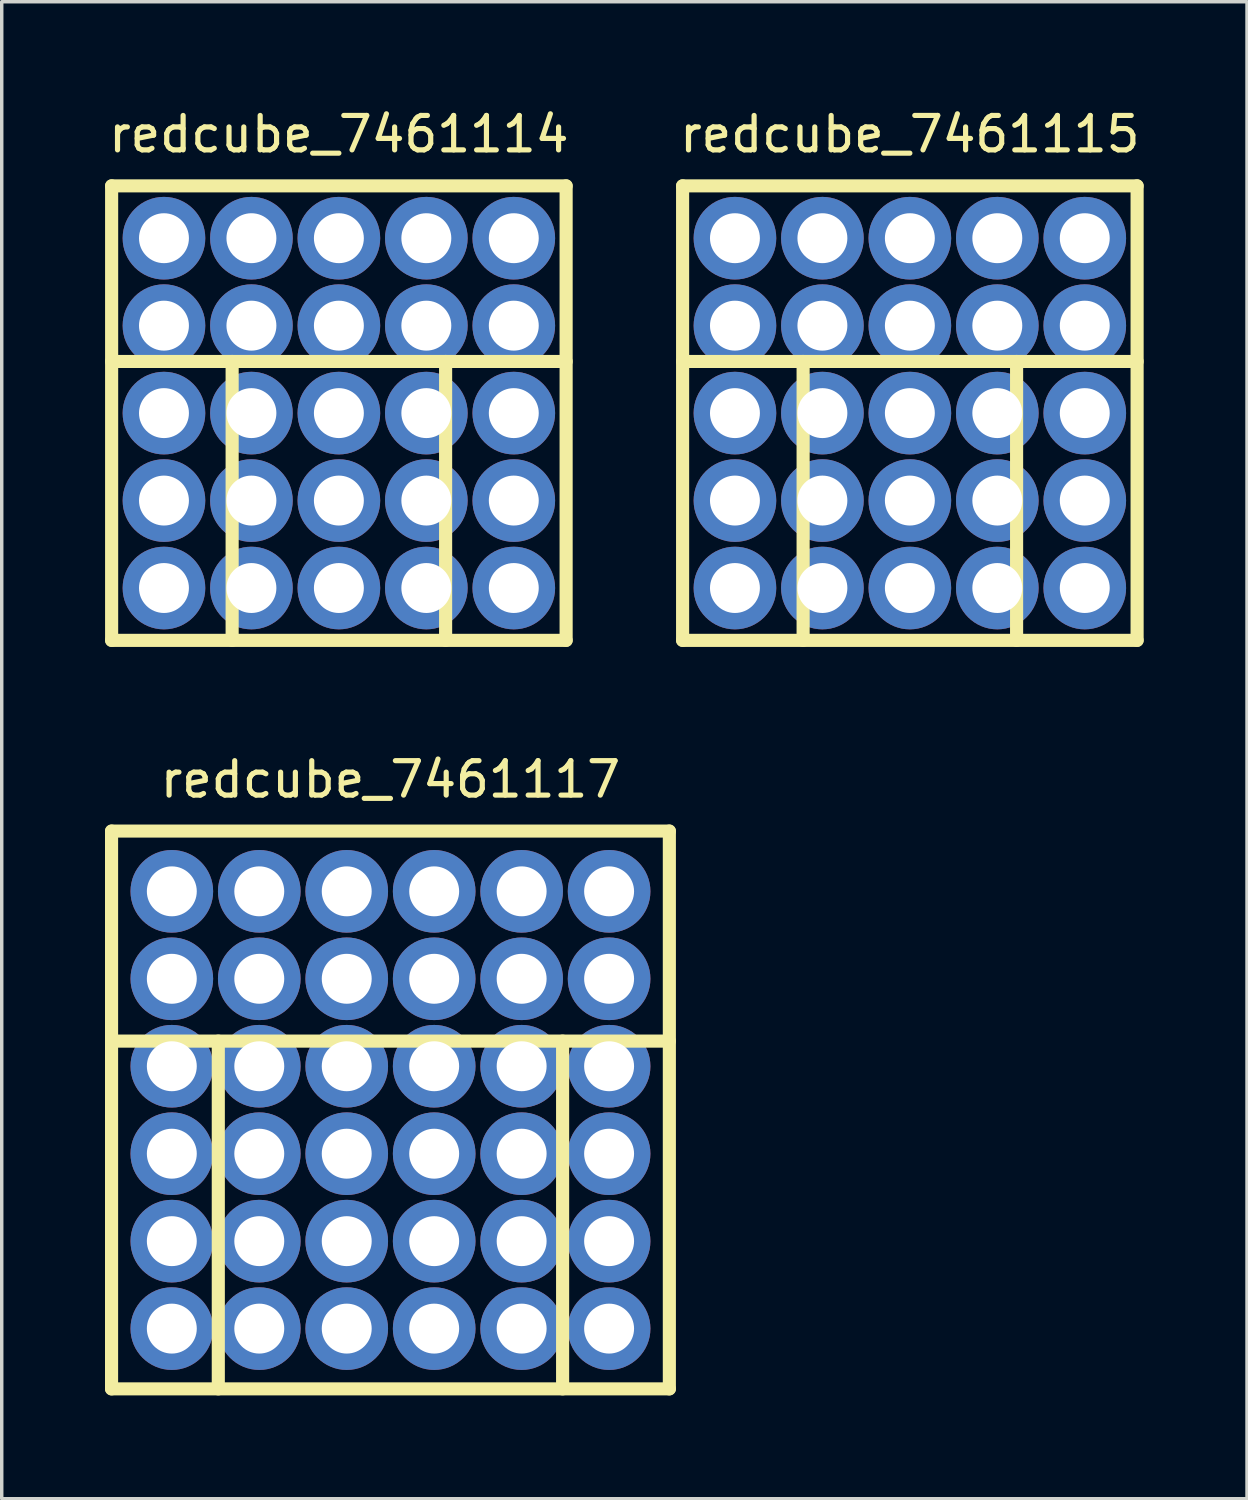
<source format=kicad_pcb>
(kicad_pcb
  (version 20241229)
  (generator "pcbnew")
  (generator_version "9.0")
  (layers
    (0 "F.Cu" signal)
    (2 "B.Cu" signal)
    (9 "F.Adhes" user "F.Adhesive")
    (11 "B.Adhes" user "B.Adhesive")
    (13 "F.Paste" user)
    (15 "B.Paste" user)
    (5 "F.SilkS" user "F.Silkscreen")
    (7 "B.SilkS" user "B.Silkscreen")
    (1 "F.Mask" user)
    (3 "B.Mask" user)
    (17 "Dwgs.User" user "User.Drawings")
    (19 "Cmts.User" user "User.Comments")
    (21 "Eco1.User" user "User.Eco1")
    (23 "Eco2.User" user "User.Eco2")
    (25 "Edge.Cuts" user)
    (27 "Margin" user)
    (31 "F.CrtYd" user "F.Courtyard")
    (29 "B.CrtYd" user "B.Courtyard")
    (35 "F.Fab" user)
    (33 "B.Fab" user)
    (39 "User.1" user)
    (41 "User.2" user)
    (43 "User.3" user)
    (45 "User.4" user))
  (footprint "redcube_7461115"
    (layer "F.Cu")
    (at 23.375 8.948)
    (property "Reference" "redcube_7461115" (at 0 -8.1 0) (layer "F.SilkS") (effects (font (size 1 1) (thickness 0.15))))
    (attr through_hole)
    (fp_line (start -6.6 -6.6) (end 6.6 -6.6) (stroke (width 0.381) (type solid)) (layer "F.SilkS"))
    (fp_line (start -6.6 6.6) (end -6.6 -6.6) (stroke (width 0.381) (type solid)) (layer "F.SilkS"))
    (fp_line (start -3.1 -1.5) (end -3.1 6.6) (stroke (width 0.381) (type solid)) (layer "F.SilkS"))
    (fp_line (start 3.1 -1.5) (end 3.1 6.6) (stroke (width 0.381) (type solid)) (layer "F.SilkS"))
    (fp_line (start 6.6 -6.6) (end 6.6 6.6) (stroke (width 0.381) (type solid)) (layer "F.SilkS"))
    (fp_line (start 6.6 -1.5) (end -6.6 -1.5) (stroke (width 0.381) (type solid)) (layer "F.SilkS"))
    (fp_line (start 6.6 6.6) (end -6.6 6.6) (stroke (width 0.381) (type solid)) (layer "F.SilkS"))
    (pad "1" thru_hole circle (at -5.08 -5.08) (size 2.4 2.4) (drill 1.45) (layers "*.Cu" "*.Mask"))
    (pad "1" thru_hole circle (at -5.08 -2.54) (size 2.4 2.4) (drill 1.45) (layers "*.Cu" "*.Mask"))
    (pad "1" thru_hole circle (at -5.08 0) (size 2.4 2.4) (drill 1.45) (layers "*.Cu" "*.Mask"))
    (pad "1" thru_hole circle (at -5.08 2.54) (size 2.4 2.4) (drill 1.45) (layers "*.Cu" "*.Mask"))
    (pad "1" thru_hole circle (at -5.08 5.08) (size 2.4 2.4) (drill 1.45) (layers "*.Cu" "*.Mask"))
    (pad "1" thru_hole circle (at -2.54 -5.08) (size 2.4 2.4) (drill 1.45) (layers "*.Cu" "*.Mask"))
    (pad "1" thru_hole circle (at -2.54 -2.54) (size 2.4 2.4) (drill 1.45) (layers "*.Cu" "*.Mask"))
    (pad "1" thru_hole circle (at -2.54 0) (size 2.4 2.4) (drill 1.45) (layers "*.Cu" "*.Mask"))
    (pad "1" thru_hole circle (at -2.54 2.54) (size 2.4 2.4) (drill 1.45) (layers "*.Cu" "*.Mask"))
    (pad "1" thru_hole circle (at -2.54 5.08) (size 2.4 2.4) (drill 1.45) (layers "*.Cu" "*.Mask"))
    (pad "1" thru_hole circle (at 0 -5.08) (size 2.4 2.4) (drill 1.45) (layers "*.Cu" "*.Mask"))
    (pad "1" thru_hole circle (at 0 -2.54) (size 2.4 2.4) (drill 1.45) (layers "*.Cu" "*.Mask"))
    (pad "1" thru_hole circle (at 0 0) (size 2.4 2.4) (drill 1.45) (layers "*.Cu" "*.Mask"))
    (pad "1" thru_hole circle (at 0 2.54) (size 2.4 2.4) (drill 1.45) (layers "*.Cu" "*.Mask"))
    (pad "1" thru_hole circle (at 0 5.08) (size 2.4 2.4) (drill 1.45) (layers "*.Cu" "*.Mask"))
    (pad "1" thru_hole circle (at 2.54 -5.08) (size 2.4 2.4) (drill 1.45) (layers "*.Cu" "*.Mask"))
    (pad "1" thru_hole circle (at 2.54 -2.54) (size 2.4 2.4) (drill 1.45) (layers "*.Cu" "*.Mask"))
    (pad "1" thru_hole circle (at 2.54 0) (size 2.4 2.4) (drill 1.45) (layers "*.Cu" "*.Mask"))
    (pad "1" thru_hole circle (at 2.54 2.54) (size 2.4 2.4) (drill 1.45) (layers "*.Cu" "*.Mask"))
    (pad "1" thru_hole circle (at 2.54 5.08) (size 2.4 2.4) (drill 1.45) (layers "*.Cu" "*.Mask"))
    (pad "1" thru_hole circle (at 5.08 -5.08) (size 2.4 2.4) (drill 1.45) (layers "*.Cu" "*.Mask"))
    (pad "1" thru_hole circle (at 5.08 -2.54) (size 2.4 2.4) (drill 1.45) (layers "*.Cu" "*.Mask"))
    (pad "1" thru_hole circle (at 5.08 0) (size 2.4 2.4) (drill 1.45) (layers "*.Cu" "*.Mask"))
    (pad "1" thru_hole circle (at 5.08 2.54) (size 2.4 2.4) (drill 1.45) (layers "*.Cu" "*.Mask"))
    (pad "1" thru_hole circle (at 5.08 5.08) (size 2.4 2.4) (drill 1.45) (layers "*.Cu" "*.Mask")))
  (footprint "redcube_7461117"
    (layer "F.Cu")
    (at 8.29 29.187)
    (property "Reference" "redcube_7461117" (at 0 -9.6 0) (layer "F.SilkS") (effects (font (size 1 1) (thickness 0.15))))
    (attr through_hole)
    (fp_line (start -8.1 -8.1) (end 8.1 -8.1) (stroke (width 0.381) (type solid)) (layer "F.SilkS"))
    (fp_line (start -8.1 8.1) (end -8.1 -8.1) (stroke (width 0.381) (type solid)) (layer "F.SilkS"))
    (fp_line (start -5 -2) (end -5 8.1) (stroke (width 0.381) (type solid)) (layer "F.SilkS"))
    (fp_line (start 5 -2) (end 5 8.1) (stroke (width 0.381) (type solid)) (layer "F.SilkS"))
    (fp_line (start 8.1 -8.1) (end 8.1 8.1) (stroke (width 0.381) (type solid)) (layer "F.SilkS"))
    (fp_line (start 8.1 -2) (end -8.1 -2) (stroke (width 0.381) (type solid)) (layer "F.SilkS"))
    (fp_line (start 8.1 8.1) (end -8.1 8.1) (stroke (width 0.381) (type solid)) (layer "F.SilkS"))
    (pad "1" thru_hole circle (at -6.35 -6.35) (size 2.4 2.4) (drill 1.45) (layers "*.Cu" "*.Mask"))
    (pad "1" thru_hole circle (at -6.35 -3.81) (size 2.4 2.4) (drill 1.45) (layers "*.Cu" "*.Mask"))
    (pad "1" thru_hole circle (at -6.35 -1.27) (size 2.4 2.4) (drill 1.45) (layers "*.Cu" "*.Mask"))
    (pad "1" thru_hole circle (at -6.35 1.27) (size 2.4 2.4) (drill 1.45) (layers "*.Cu" "*.Mask"))
    (pad "1" thru_hole circle (at -6.35 3.81) (size 2.4 2.4) (drill 1.45) (layers "*.Cu" "*.Mask"))
    (pad "1" thru_hole circle (at -6.35 6.35) (size 2.4 2.4) (drill 1.45) (layers "*.Cu" "*.Mask"))
    (pad "1" thru_hole circle (at -3.81 -6.35) (size 2.4 2.4) (drill 1.45) (layers "*.Cu" "*.Mask"))
    (pad "1" thru_hole circle (at -3.81 -3.81) (size 2.4 2.4) (drill 1.45) (layers "*.Cu" "*.Mask"))
    (pad "1" thru_hole circle (at -3.81 -1.27) (size 2.4 2.4) (drill 1.45) (layers "*.Cu" "*.Mask"))
    (pad "1" thru_hole circle (at -3.81 1.27) (size 2.4 2.4) (drill 1.45) (layers "*.Cu" "*.Mask"))
    (pad "1" thru_hole circle (at -3.81 3.81) (size 2.4 2.4) (drill 1.45) (layers "*.Cu" "*.Mask"))
    (pad "1" thru_hole circle (at -3.81 6.35) (size 2.4 2.4) (drill 1.45) (layers "*.Cu" "*.Mask"))
    (pad "1" thru_hole circle (at -1.27 -6.35) (size 2.4 2.4) (drill 1.45) (layers "*.Cu" "*.Mask"))
    (pad "1" thru_hole circle (at -1.27 -3.81) (size 2.4 2.4) (drill 1.45) (layers "*.Cu" "*.Mask"))
    (pad "1" thru_hole circle (at -1.27 -1.27) (size 2.4 2.4) (drill 1.45) (layers "*.Cu" "*.Mask"))
    (pad "1" thru_hole circle (at -1.27 1.27) (size 2.4 2.4) (drill 1.45) (layers "*.Cu" "*.Mask"))
    (pad "1" thru_hole circle (at -1.27 3.81) (size 2.4 2.4) (drill 1.45) (layers "*.Cu" "*.Mask"))
    (pad "1" thru_hole circle (at -1.27 6.35) (size 2.4 2.4) (drill 1.45) (layers "*.Cu" "*.Mask"))
    (pad "1" thru_hole circle (at 1.27 -6.35) (size 2.4 2.4) (drill 1.45) (layers "*.Cu" "*.Mask"))
    (pad "1" thru_hole circle (at 1.27 -3.81) (size 2.4 2.4) (drill 1.45) (layers "*.Cu" "*.Mask"))
    (pad "1" thru_hole circle (at 1.27 -1.27) (size 2.4 2.4) (drill 1.45) (layers "*.Cu" "*.Mask"))
    (pad "1" thru_hole circle (at 1.27 1.27) (size 2.4 2.4) (drill 1.45) (layers "*.Cu" "*.Mask"))
    (pad "1" thru_hole circle (at 1.27 3.81) (size 2.4 2.4) (drill 1.45) (layers "*.Cu" "*.Mask"))
    (pad "1" thru_hole circle (at 1.27 6.35) (size 2.4 2.4) (drill 1.45) (layers "*.Cu" "*.Mask"))
    (pad "1" thru_hole circle (at 3.81 -6.35) (size 2.4 2.4) (drill 1.45) (layers "*.Cu" "*.Mask"))
    (pad "1" thru_hole circle (at 3.81 -3.81) (size 2.4 2.4) (drill 1.45) (layers "*.Cu" "*.Mask"))
    (pad "1" thru_hole circle (at 3.81 -1.27) (size 2.4 2.4) (drill 1.45) (layers "*.Cu" "*.Mask"))
    (pad "1" thru_hole circle (at 3.81 1.27) (size 2.4 2.4) (drill 1.45) (layers "*.Cu" "*.Mask"))
    (pad "1" thru_hole circle (at 3.81 3.81) (size 2.4 2.4) (drill 1.45) (layers "*.Cu" "*.Mask"))
    (pad "1" thru_hole circle (at 3.81 6.35) (size 2.4 2.4) (drill 1.45) (layers "*.Cu" "*.Mask"))
    (pad "1" thru_hole circle (at 6.35 -6.35) (size 2.4 2.4) (drill 1.45) (layers "*.Cu" "*.Mask"))
    (pad "1" thru_hole circle (at 6.35 -3.81) (size 2.4 2.4) (drill 1.45) (layers "*.Cu" "*.Mask"))
    (pad "1" thru_hole circle (at 6.35 -1.27) (size 2.4 2.4) (drill 1.45) (layers "*.Cu" "*.Mask"))
    (pad "1" thru_hole circle (at 6.35 1.27) (size 2.4 2.4) (drill 1.45) (layers "*.Cu" "*.Mask"))
    (pad "1" thru_hole circle (at 6.35 3.81) (size 2.4 2.4) (drill 1.45) (layers "*.Cu" "*.Mask"))
    (pad "1" thru_hole circle (at 6.35 6.35) (size 2.4 2.4) (drill 1.45) (layers "*.Cu" "*.Mask")))
  (footprint "redcube_7461114"
    (layer "F.Cu")
    (at 6.792 8.948)
    (property "Reference" "redcube_7461114" (at 0 -8.1 0) (layer "F.SilkS") (effects (font (size 1 1) (thickness 0.15))))
    (attr through_hole)
    (fp_line (start -6.6 -6.6) (end 6.6 -6.6) (stroke (width 0.381) (type solid)) (layer "F.SilkS"))
    (fp_line (start -6.6 6.6) (end -6.6 -6.6) (stroke (width 0.381) (type solid)) (layer "F.SilkS"))
    (fp_line (start -3.1 -1.5) (end -3.1 6.6) (stroke (width 0.381) (type solid)) (layer "F.SilkS"))
    (fp_line (start 3.1 -1.5) (end 3.1 6.6) (stroke (width 0.381) (type solid)) (layer "F.SilkS"))
    (fp_line (start 6.6 -6.6) (end 6.6 6.6) (stroke (width 0.381) (type solid)) (layer "F.SilkS"))
    (fp_line (start 6.6 -1.5) (end -6.6 -1.5) (stroke (width 0.381) (type solid)) (layer "F.SilkS"))
    (fp_line (start 6.6 6.6) (end -6.6 6.6) (stroke (width 0.381) (type solid)) (layer "F.SilkS"))
    (pad "1" thru_hole circle (at -5.08 -5.08) (size 2.4 2.4) (drill 1.45) (layers "*.Cu" "*.Mask"))
    (pad "1" thru_hole circle (at -5.08 -2.54) (size 2.4 2.4) (drill 1.45) (layers "*.Cu" "*.Mask"))
    (pad "1" thru_hole circle (at -5.08 0) (size 2.4 2.4) (drill 1.45) (layers "*.Cu" "*.Mask"))
    (pad "1" thru_hole circle (at -5.08 2.54) (size 2.4 2.4) (drill 1.45) (layers "*.Cu" "*.Mask"))
    (pad "1" thru_hole circle (at -5.08 5.08) (size 2.4 2.4) (drill 1.45) (layers "*.Cu" "*.Mask"))
    (pad "1" thru_hole circle (at -2.54 -5.08) (size 2.4 2.4) (drill 1.45) (layers "*.Cu" "*.Mask"))
    (pad "1" thru_hole circle (at -2.54 -2.54) (size 2.4 2.4) (drill 1.45) (layers "*.Cu" "*.Mask"))
    (pad "1" thru_hole circle (at -2.54 0) (size 2.4 2.4) (drill 1.45) (layers "*.Cu" "*.Mask"))
    (pad "1" thru_hole circle (at -2.54 2.54) (size 2.4 2.4) (drill 1.45) (layers "*.Cu" "*.Mask"))
    (pad "1" thru_hole circle (at -2.54 5.08) (size 2.4 2.4) (drill 1.45) (layers "*.Cu" "*.Mask"))
    (pad "1" thru_hole circle (at 0 -5.08) (size 2.4 2.4) (drill 1.45) (layers "*.Cu" "*.Mask"))
    (pad "1" thru_hole circle (at 0 -2.54) (size 2.4 2.4) (drill 1.45) (layers "*.Cu" "*.Mask"))
    (pad "1" thru_hole circle (at 0 0) (size 2.4 2.4) (drill 1.45) (layers "*.Cu" "*.Mask"))
    (pad "1" thru_hole circle (at 0 2.54) (size 2.4 2.4) (drill 1.45) (layers "*.Cu" "*.Mask"))
    (pad "1" thru_hole circle (at 0 5.08) (size 2.4 2.4) (drill 1.45) (layers "*.Cu" "*.Mask"))
    (pad "1" thru_hole circle (at 2.54 -5.08) (size 2.4 2.4) (drill 1.45) (layers "*.Cu" "*.Mask"))
    (pad "1" thru_hole circle (at 2.54 -2.54) (size 2.4 2.4) (drill 1.45) (layers "*.Cu" "*.Mask"))
    (pad "1" thru_hole circle (at 2.54 0) (size 2.4 2.4) (drill 1.45) (layers "*.Cu" "*.Mask"))
    (pad "1" thru_hole circle (at 2.54 2.54) (size 2.4 2.4) (drill 1.45) (layers "*.Cu" "*.Mask"))
    (pad "1" thru_hole circle (at 2.54 5.08) (size 2.4 2.4) (drill 1.45) (layers "*.Cu" "*.Mask"))
    (pad "1" thru_hole circle (at 5.08 -5.08) (size 2.4 2.4) (drill 1.45) (layers "*.Cu" "*.Mask"))
    (pad "1" thru_hole circle (at 5.08 -2.54) (size 2.4 2.4) (drill 1.45) (layers "*.Cu" "*.Mask"))
    (pad "1" thru_hole circle (at 5.08 0) (size 2.4 2.4) (drill 1.45) (layers "*.Cu" "*.Mask"))
    (pad "1" thru_hole circle (at 5.08 2.54) (size 2.4 2.4) (drill 1.45) (layers "*.Cu" "*.Mask"))
    (pad "1" thru_hole circle (at 5.08 5.08) (size 2.4 2.4) (drill 1.45) (layers "*.Cu" "*.Mask")))
  (gr_rect
    (start -3 -3)
    (end 33.167 40.477)
    (stroke (width 0.1) (type default))
    (fill no)
    (layer "Edge.Cuts")))
</source>
